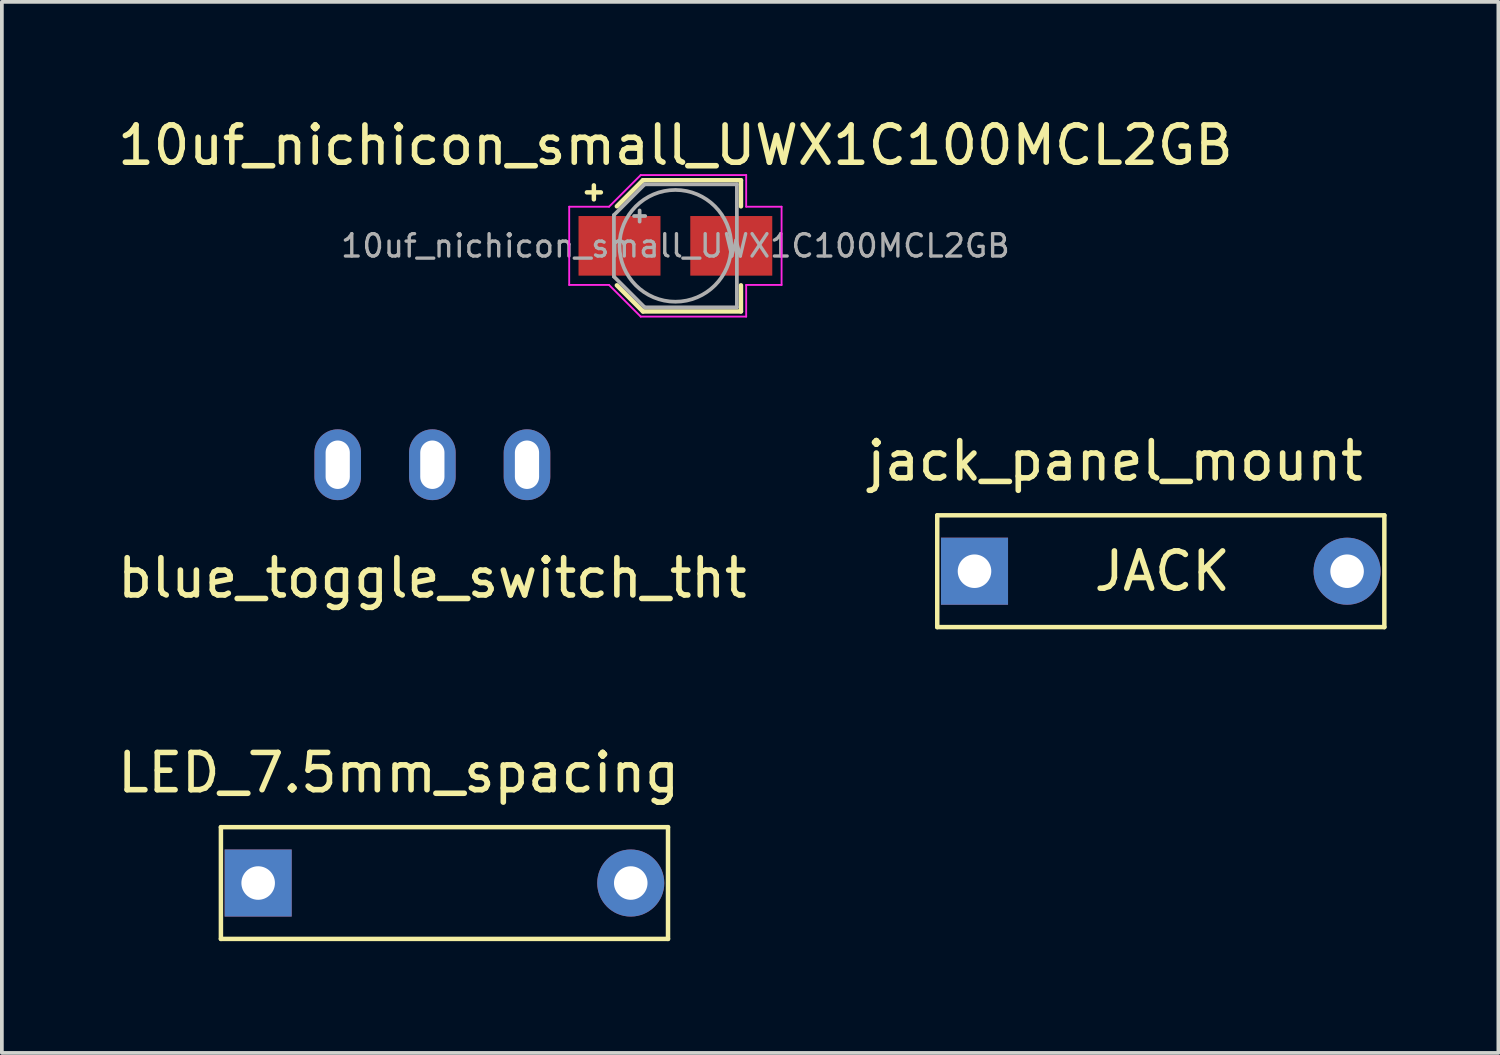
<source format=kicad_pcb>
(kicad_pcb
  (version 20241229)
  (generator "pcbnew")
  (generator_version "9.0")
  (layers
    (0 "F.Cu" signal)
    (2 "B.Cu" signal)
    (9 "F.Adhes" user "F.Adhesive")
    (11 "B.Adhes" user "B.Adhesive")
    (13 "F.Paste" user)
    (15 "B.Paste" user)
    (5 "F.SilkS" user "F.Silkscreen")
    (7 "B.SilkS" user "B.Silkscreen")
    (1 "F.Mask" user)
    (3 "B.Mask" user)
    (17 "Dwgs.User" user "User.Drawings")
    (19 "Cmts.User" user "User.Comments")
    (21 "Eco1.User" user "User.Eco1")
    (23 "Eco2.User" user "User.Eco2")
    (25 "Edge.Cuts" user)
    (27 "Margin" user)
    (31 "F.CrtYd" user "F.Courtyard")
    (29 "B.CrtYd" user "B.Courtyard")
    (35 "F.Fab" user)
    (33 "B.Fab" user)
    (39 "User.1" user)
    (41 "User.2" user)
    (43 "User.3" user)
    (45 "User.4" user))
  (footprint "LED_7.5mm_spacing"
    (layer "F.Cu")
    (at 6.379 20.65)
    (property "Reference" "LED_7.5mm_spacing" (at 1.27 -2.96 0) (layer "F.SilkS") (effects (font (size 1 1) (thickness 0.15))))
    (attr through_hole)
    (fp_line (start -3.5 -1.5) (end 8.5 -1.5) (stroke (width 0.12) (type solid)) (layer "F.SilkS"))
    (fp_line (start -3.5 1.5) (end -3.5 -1.5) (stroke (width 0.12) (type solid)) (layer "F.SilkS"))
    (fp_line (start 8.5 -1.5) (end 8.5 1.5) (stroke (width 0.12) (type solid)) (layer "F.SilkS"))
    (fp_line (start 8.5 1.5) (end -3.5 1.5) (stroke (width 0.12) (type solid)) (layer "F.SilkS"))
    (pad "1" thru_hole rect (at -2.5 0) (size 1.8 1.8) (drill 0.9) (layers "*.Cu" "*.Mask"))
    (pad "2" thru_hole circle (at 7.5 0) (size 1.8 1.8) (drill 0.9) (layers "*.Cu" "*.Mask")))
  (footprint "blue_toggle_switch_tht"
    (layer "F.Cu")
    (at 8.554 11.963)
    (property "Reference" "blue_toggle_switch_tht" (at 0 0.5 0) (layer "F.SilkS") (effects (font (size 1 1) (thickness 0.15))))
    (attr through_hole)
    (pad "1" thru_hole oval (at -2.54 -2.54) (size 1.25 1.9) (drill oval 0.65 1.3) (layers "*.Cu" "*.Mask"))
    (pad "2" thru_hole oval (at 0 -2.54) (size 1.25 1.9) (drill oval 0.65 1.3) (layers "*.Cu" "*.Mask"))
    (pad "3" thru_hole oval (at 2.54 -2.54) (size 1.25 1.9) (drill oval 0.65 1.3) (layers "*.Cu" "*.Mask")))
  (footprint "10uf_nichicon_small_UWX1C100MCL2GB"
    (layer "F.Cu")
    (at 15.077 3.548)
    (property "Reference" "10uf_nichicon_small_UWX1C100MCL2GB" (at 0 -2.7 0) (layer "F.SilkS") (effects (font (size 1 1) (thickness 0.15))))
    (attr smd)
    (fp_line (start -2.375 -1.435) (end -2 -1.435) (stroke (width 0.12) (type solid)) (layer "F.SilkS"))
    (fp_line (start -2.188 -1.623) (end -2.188 -1.248) (stroke (width 0.12) (type solid)) (layer "F.SilkS"))
    (fp_line (start -1.571 -1.06) (end -0.871 -1.76) (stroke (width 0.12) (type solid)) (layer "F.SilkS"))
    (fp_line (start -1.571 1.06) (end -0.871 1.76) (stroke (width 0.12) (type solid)) (layer "F.SilkS"))
    (fp_line (start -0.871 -1.76) (end 1.76 -1.76) (stroke (width 0.12) (type solid)) (layer "F.SilkS"))
    (fp_line (start -0.871 1.76) (end 1.76 1.76) (stroke (width 0.12) (type solid)) (layer "F.SilkS"))
    (fp_line (start 1.76 -1.76) (end 1.76 -1.06) (stroke (width 0.12) (type solid)) (layer "F.SilkS"))
    (fp_line (start 1.76 1.76) (end 1.76 1.06) (stroke (width 0.12) (type solid)) (layer "F.SilkS"))
    (fp_line (start -2.85 -1.05) (end -2.85 1.05) (stroke (width 0.05) (type solid)) (layer "F.CrtYd"))
    (fp_line (start -2.85 1.05) (end -1.78 1.05) (stroke (width 0.05) (type solid)) (layer "F.CrtYd"))
    (fp_line (start -1.78 -1.05) (end -2.85 -1.05) (stroke (width 0.05) (type solid)) (layer "F.CrtYd"))
    (fp_line (start -1.78 -1.05) (end -0.93 -1.9) (stroke (width 0.05) (type solid)) (layer "F.CrtYd"))
    (fp_line (start -1.78 1.05) (end -0.93 1.9) (stroke (width 0.05) (type solid)) (layer "F.CrtYd"))
    (fp_line (start -0.93 -1.9) (end 1.9 -1.9) (stroke (width 0.05) (type solid)) (layer "F.CrtYd"))
    (fp_line (start -0.93 1.9) (end 1.9 1.9) (stroke (width 0.05) (type solid)) (layer "F.CrtYd"))
    (fp_line (start 1.9 -1.9) (end 1.9 -1.05) (stroke (width 0.05) (type solid)) (layer "F.CrtYd"))
    (fp_line (start 1.9 -1.05) (end 2.85 -1.05) (stroke (width 0.05) (type solid)) (layer "F.CrtYd"))
    (fp_line (start 1.9 1.05) (end 1.9 1.9) (stroke (width 0.05) (type solid)) (layer "F.CrtYd"))
    (fp_line (start 2.85 -1.05) (end 2.85 1.05) (stroke (width 0.05) (type solid)) (layer "F.CrtYd"))
    (fp_line (start 2.85 1.05) (end 1.9 1.05) (stroke (width 0.05) (type solid)) (layer "F.CrtYd"))
    (fp_line (start -1.65 -0.825) (end -1.65 0.825) (stroke (width 0.1) (type solid)) (layer "F.Fab"))
    (fp_line (start -1.65 -0.825) (end -0.825 -1.65) (stroke (width 0.1) (type solid)) (layer "F.Fab"))
    (fp_line (start -1.65 0.825) (end -0.825 1.65) (stroke (width 0.1) (type solid)) (layer "F.Fab"))
    (fp_line (start -1.11 -0.8) (end -0.81 -0.8) (stroke (width 0.1) (type solid)) (layer "F.Fab"))
    (fp_line (start -0.96 -0.95) (end -0.96 -0.65) (stroke (width 0.1) (type solid)) (layer "F.Fab"))
    (fp_line (start -0.825 -1.65) (end 1.65 -1.65) (stroke (width 0.1) (type solid)) (layer "F.Fab"))
    (fp_line (start -0.825 1.65) (end 1.65 1.65) (stroke (width 0.1) (type solid)) (layer "F.Fab"))
    (fp_line (start 1.65 -1.65) (end 1.65 1.65) (stroke (width 0.1) (type solid)) (layer "F.Fab"))
    (fp_circle (center 0 0) (end 1.5 0) (stroke (width 0.1) (type solid)) (fill no) (layer "F.Fab"))
    (fp_text user "${REFERENCE}" (at 0 0 0) (layer "F.Fab") (effects (font (size 0.6 0.6) (thickness 0.09))))
    (pad "1" smd rect (at -1.5 0) (size 2.2 1.6) (layers "F.Cu" "F.Mask" "F.Paste"))
    (pad "2" smd rect (at 1.5 0) (size 2.2 1.6) (layers "F.Cu" "F.Mask" "F.Paste")))
  (footprint "jack_panel_mount"
    (layer "F.Cu")
    (at 25.605 12.281)
    (property "Reference" "jack_panel_mount" (at 1.27 -2.96 0) (layer "F.SilkS") (effects (font (size 1 1) (thickness 0.15))))
    (attr through_hole)
    (fp_line (start -3.5 -1.5) (end 8.5 -1.5) (stroke (width 0.12) (type solid)) (layer "F.SilkS"))
    (fp_line (start -3.5 1.5) (end -3.5 -1.5) (stroke (width 0.12) (type solid)) (layer "F.SilkS"))
    (fp_line (start 8.5 -1.5) (end 8.5 1.5) (stroke (width 0.12) (type solid)) (layer "F.SilkS"))
    (fp_line (start 8.5 1.5) (end -3.5 1.5) (stroke (width 0.12) (type solid)) (layer "F.SilkS"))
    (fp_text user "JACK" (at 2.54 0 0) (layer "F.SilkS") (effects (font (size 1 1) (thickness 0.15))))
    (pad "S" thru_hole rect (at -2.5 0) (size 1.8 1.8) (drill 0.9) (layers "*.Cu" "*.Mask"))
    (pad "T" thru_hole circle (at 7.5 0) (size 1.8 1.8) (drill 0.9) (layers "*.Cu" "*.Mask")))
  (gr_rect
    (start -3 -3)
    (end 37.165 25.21)
    (stroke (width 0.1) (type default))
    (fill no)
    (layer "Edge.Cuts")))
</source>
